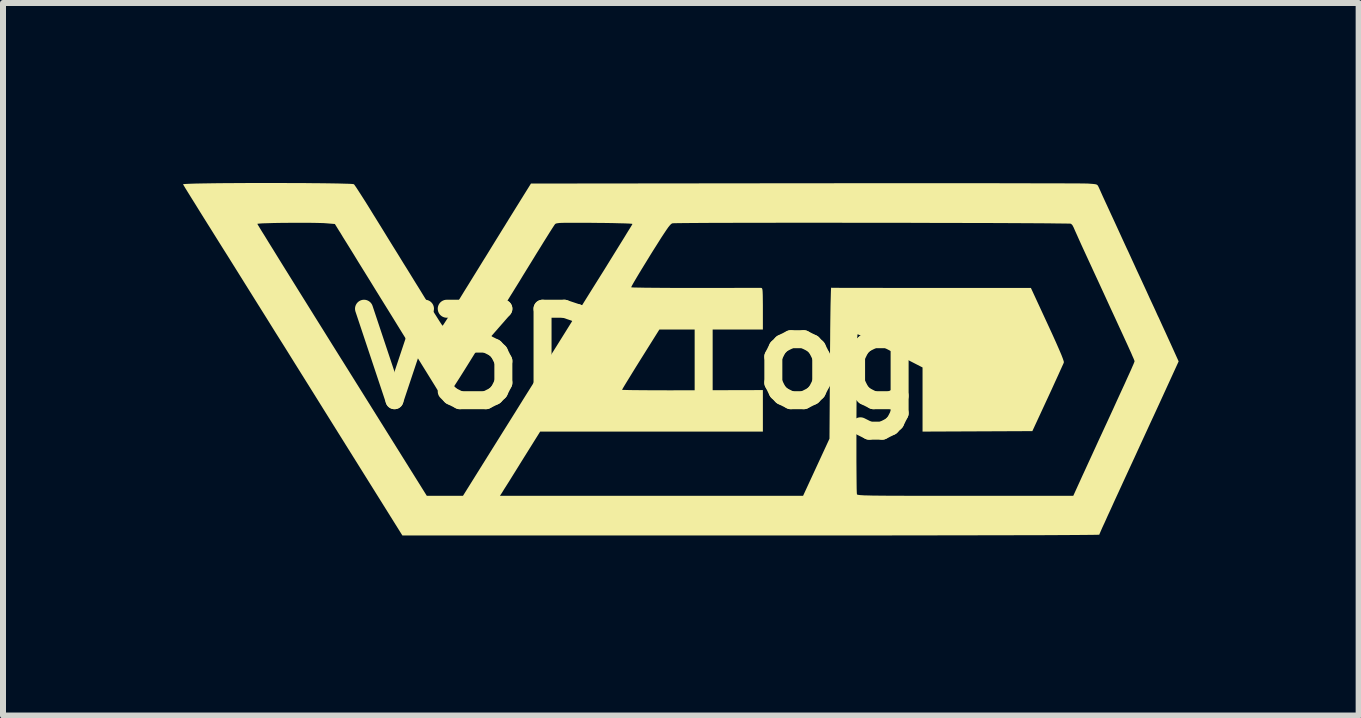
<source format=kicad_pcb>
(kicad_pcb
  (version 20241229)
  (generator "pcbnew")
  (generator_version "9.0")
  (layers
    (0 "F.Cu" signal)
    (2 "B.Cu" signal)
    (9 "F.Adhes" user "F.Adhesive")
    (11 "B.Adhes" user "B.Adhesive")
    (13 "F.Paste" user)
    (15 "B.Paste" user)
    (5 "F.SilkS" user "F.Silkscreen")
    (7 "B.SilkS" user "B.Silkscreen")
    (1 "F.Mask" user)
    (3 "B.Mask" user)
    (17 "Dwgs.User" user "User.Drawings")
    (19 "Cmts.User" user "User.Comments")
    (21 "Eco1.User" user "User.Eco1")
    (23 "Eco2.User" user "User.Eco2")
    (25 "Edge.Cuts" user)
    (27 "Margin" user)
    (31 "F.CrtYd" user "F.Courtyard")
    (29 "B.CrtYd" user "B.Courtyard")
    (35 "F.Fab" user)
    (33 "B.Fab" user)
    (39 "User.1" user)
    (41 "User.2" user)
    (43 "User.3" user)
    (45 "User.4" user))
  (footprint "V3D Logo"
    (layer "F.Cu")
    (at 8.278 2.93)
    (property "Reference" "V3D Logo" (at 0 0 0) (layer "F.SilkS") (effects (font (size 1.524 1.524) (thickness 0.3))))
    (attr board_only exclude_from_pos_files exclude_from_bom)
    (fp_poly (pts (xy -6.62 -2.93) (xy -6.442 -2.929) (xy -6.269 -2.929) (xy -6.105 -2.927) (xy -5.953 -2.926) (xy -5.815 -2.924) (xy -5.694 -2.922) (xy -5.592 -2.919) (xy -5.513 -2.917) (xy -5.458 -2.914) (xy -5.431 -2.91) (xy -5.429 -2.909) (xy -5.416 -2.892) (xy -5.387 -2.85) (xy -5.347 -2.788) (xy -5.296 -2.709) (xy -5.236 -2.615) (xy -5.17 -2.509) (xy -5.1 -2.395) (xy -5.094 -2.386) (xy -5.016 -2.26) (xy -4.938 -2.134) (xy -4.862 -2.01) (xy -4.791 -1.895) (xy -4.728 -1.794) (xy -4.676 -1.71) (xy -4.646 -1.661) (xy -4.603 -1.591) (xy -4.546 -1.5) (xy -4.48 -1.393) (xy -4.408 -1.276) (xy -4.332 -1.154) (xy -4.258 -1.033) (xy -4.235 -0.996) (xy -4.169 -0.89) (xy -4.109 -0.793) (xy -4.055 -0.708) (xy -4.011 -0.638) (xy -3.978 -0.587) (xy -3.958 -0.558) (xy -3.953 -0.551) (xy -3.942 -0.564) (xy -3.918 -0.6) (xy -3.883 -0.654) (xy -3.839 -0.724) (xy -3.789 -0.804) (xy -3.777 -0.823) (xy -3.729 -0.901) (xy -3.668 -1) (xy -3.597 -1.116) (xy -3.518 -1.243) (xy -3.436 -1.376) (xy -3.353 -1.51) (xy -3.284 -1.622) (xy -3.208 -1.744) (xy -3.135 -1.863) (xy -3.066 -1.975) (xy -3.004 -2.075) (xy -2.951 -2.161) (xy -2.909 -2.228) (xy -2.882 -2.273) (xy -2.88 -2.275) (xy -2.846 -2.331) (xy -2.8 -2.405) (xy -2.746 -2.492) (xy -2.688 -2.585) (xy -2.641 -2.661) (xy -2.479 -2.921) (xy 2.095 -2.926) (xy 2.474 -2.926) (xy 2.846 -2.927) (xy 3.209 -2.927) (xy 3.563 -2.927) (xy 3.905 -2.927) (xy 4.235 -2.927) (xy 4.551 -2.927) (xy 4.852 -2.927) (xy 5.136 -2.927) (xy 5.403 -2.926) (xy 5.651 -2.926) (xy 5.879 -2.925) (xy 6.085 -2.925) (xy 6.268 -2.925) (xy 6.427 -2.924) (xy 6.561 -2.923) (xy 6.668 -2.923) (xy 6.748 -2.922) (xy 6.798 -2.921) (xy 6.815 -2.92) (xy 6.883 -2.915) (xy 6.927 -2.91) (xy 6.953 -2.902) (xy 6.968 -2.888) (xy 6.979 -2.867) (xy 6.982 -2.861) (xy 6.994 -2.835) (xy 7.017 -2.784) (xy 7.049 -2.712) (xy 7.09 -2.623) (xy 7.138 -2.519) (xy 7.19 -2.406) (xy 7.236 -2.307) (xy 7.292 -2.185) (xy 7.346 -2.067) (xy 7.396 -1.958) (xy 7.44 -1.862) (xy 7.477 -1.784) (xy 7.503 -1.727) (xy 7.515 -1.701) (xy 7.54 -1.646) (xy 7.576 -1.568) (xy 7.62 -1.471) (xy 7.671 -1.362) (xy 7.725 -1.245) (xy 7.78 -1.126) (xy 7.833 -1.009) (xy 7.884 -0.9) (xy 7.928 -0.805) (xy 7.963 -0.727) (xy 7.987 -0.678) (xy 8.013 -0.62) (xy 8.049 -0.541) (xy 8.092 -0.448) (xy 8.137 -0.349) (xy 8.182 -0.251) (xy 8.315 0.043) (xy 8.049 0.624) (xy 7.99 0.753) (xy 7.92 0.905) (xy 7.841 1.075) (xy 7.757 1.258) (xy 7.669 1.449) (xy 7.581 1.641) (xy 7.493 1.831) (xy 7.41 2.011) (xy 7.387 2.061) (xy 7.316 2.216) (xy 7.249 2.361) (xy 7.188 2.496) (xy 7.132 2.617) (xy 7.085 2.722) (xy 7.045 2.808) (xy 7.016 2.874) (xy 6.998 2.916) (xy 6.992 2.932) (xy 6.976 2.932) (xy 6.93 2.933) (xy 6.855 2.934) (xy 6.751 2.935) (xy 6.621 2.936) (xy 6.464 2.937) (xy 6.283 2.938) (xy 6.078 2.939) (xy 5.85 2.939) (xy 5.6 2.94) (xy 5.33 2.941) (xy 5.04 2.941) (xy 4.732 2.942) (xy 4.407 2.942) (xy 4.066 2.943) (xy 3.71 2.943) (xy 3.34 2.944) (xy 2.957 2.944) (xy 2.562 2.944) (xy 2.157 2.944) (xy 1.742 2.944) (xy 1.318 2.944) (xy 1.185 2.944) (xy -4.622 2.944) (xy -5.79 1.075) (xy -5.943 0.83) (xy -6.1 0.578) (xy -6.26 0.322) (xy -6.422 0.063) (xy -6.582 -0.194) (xy -6.741 -0.446) (xy -6.894 -0.692) (xy -7.042 -0.928) (xy -7.182 -1.152) (xy -7.312 -1.36) (xy -7.43 -1.549) (xy -7.535 -1.717) (xy -7.614 -1.842) (xy -7.718 -2.008) (xy -7.816 -2.165) (xy -7.869 -2.249) (xy -7.039 -2.249) (xy -7.031 -2.234) (xy -7.007 -2.194) (xy -6.968 -2.13) (xy -6.914 -2.044) (xy -6.848 -1.936) (xy -6.769 -1.809) (xy -6.679 -1.663) (xy -6.578 -1.5) (xy -6.467 -1.322) (xy -6.347 -1.129) (xy -6.219 -0.924) (xy -6.084 -0.707) (xy -5.942 -0.48) (xy -5.795 -0.244) (xy -5.643 -0.001) (xy -5.627 0.024) (xy -4.215 2.283) (xy -3.612 2.283) (xy -2.996 2.283) (xy 2.056 2.283) (xy 2.276 1.807) (xy 2.496 1.331) (xy 2.504 0.071) (xy 2.505 -0.125) (xy 2.507 -0.312) (xy 2.508 -0.486) (xy 2.51 -0.647) (xy 2.512 -0.791) (xy 2.514 -0.917) (xy 2.517 -1.021) (xy 2.519 -1.101) (xy 2.521 -1.156) (xy 2.523 -1.183) (xy 2.523 -1.185) (xy 2.541 -1.184) (xy 2.587 -1.184) (xy 2.661 -1.183) (xy 2.76 -1.183) (xy 2.882 -1.183) (xy 3.026 -1.182) (xy 3.188 -1.182) (xy 3.367 -1.182) (xy 3.562 -1.181) (xy 3.769 -1.181) (xy 3.987 -1.181) (xy 4.194 -1.181) (xy 5.853 -1.181) (xy 6.133 -0.576) (xy 6.21 -0.409) (xy 6.273 -0.269) (xy 6.323 -0.155) (xy 6.361 -0.066) (xy 6.386 -0.001) (xy 6.4 0.041) (xy 6.402 0.06) (xy 6.394 0.081) (xy 6.373 0.127) (xy 6.342 0.195) (xy 6.303 0.282) (xy 6.256 0.384) (xy 6.204 0.499) (xy 6.147 0.622) (xy 6.135 0.648) (xy 5.877 1.205) (xy 4.962 1.209) (xy 4.047 1.213) (xy 4.047 0.144) (xy 3.72 -0.024) (xy 3.611 -0.081) (xy 3.497 -0.14) (xy 3.385 -0.198) (xy 3.284 -0.251) (xy 3.201 -0.294) (xy 3.187 -0.301) (xy 3.113 -0.339) (xy 3.048 -0.372) (xy 2.999 -0.395) (xy 2.969 -0.408) (xy 2.964 -0.409) (xy 2.962 -0.394) (xy 2.959 -0.35) (xy 2.957 -0.28) (xy 2.955 -0.187) (xy 2.953 -0.074) (xy 2.952 0.057) (xy 2.95 0.202) (xy 2.949 0.36) (xy 2.948 0.527) (xy 2.947 0.7) (xy 2.946 0.876) (xy 2.945 1.053) (xy 2.945 1.229) (xy 2.945 1.399) (xy 2.945 1.562) (xy 2.945 1.714) (xy 2.946 1.854) (xy 2.947 1.977) (xy 2.948 2.081) (xy 2.949 2.164) (xy 2.951 2.223) (xy 2.953 2.254) (xy 2.954 2.258) (xy 2.957 2.262) (xy 2.966 2.265) (xy 2.98 2.268) (xy 3.003 2.271) (xy 3.035 2.273) (xy 3.079 2.276) (xy 3.137 2.277) (xy 3.209 2.279) (xy 3.297 2.28) (xy 3.404 2.281) (xy 3.531 2.282) (xy 3.68 2.282) (xy 3.852 2.283) (xy 4.048 2.283) (xy 4.272 2.283) (xy 4.524 2.283) (xy 4.761 2.283) (xy 6.559 2.283) (xy 6.672 2.035) (xy 6.705 1.962) (xy 6.75 1.865) (xy 6.802 1.751) (xy 6.861 1.623) (xy 6.923 1.488) (xy 6.986 1.35) (xy 7.039 1.236) (xy 7.138 1.022) (xy 7.224 0.835) (xy 7.298 0.672) (xy 7.362 0.533) (xy 7.416 0.416) (xy 7.46 0.318) (xy 7.496 0.239) (xy 7.525 0.175) (xy 7.546 0.126) (xy 7.562 0.09) (xy 7.572 0.065) (xy 7.578 0.049) (xy 7.58 0.041) (xy 7.58 0.04) (xy 7.579 0.034) (xy 7.575 0.024) (xy 7.569 0.008) (xy 7.559 -0.016) (xy 7.544 -0.049) (xy 7.525 -0.094) (xy 7.499 -0.151) (xy 7.467 -0.222) (xy 7.427 -0.309) (xy 7.379 -0.414) (xy 7.322 -0.537) (xy 7.256 -0.681) (xy 7.179 -0.847) (xy 7.092 -1.037) (xy 6.993 -1.252) (xy 6.881 -1.494) (xy 6.873 -1.512) (xy 6.811 -1.646) (xy 6.753 -1.772) (xy 6.7 -1.887) (xy 6.654 -1.989) (xy 6.616 -2.074) (xy 6.587 -2.138) (xy 6.569 -2.18) (xy 6.563 -2.193) (xy 6.543 -2.23) (xy 6.52 -2.251) (xy 6.502 -2.253) (xy 6.454 -2.254) (xy 6.379 -2.255) (xy 6.277 -2.256) (xy 6.151 -2.258) (xy 6.002 -2.259) (xy 5.832 -2.26) (xy 5.644 -2.261) (xy 5.438 -2.262) (xy 5.217 -2.263) (xy 4.982 -2.263) (xy 4.735 -2.264) (xy 4.478 -2.265) (xy 4.213 -2.265) (xy 3.941 -2.266) (xy 3.665 -2.267) (xy 3.386 -2.267) (xy 3.105 -2.267) (xy 2.825 -2.267) (xy 2.547 -2.268) (xy 2.274 -2.268) (xy 2.007 -2.268) (xy 1.747 -2.268) (xy 1.497 -2.267) (xy 1.258 -2.267) (xy 1.032 -2.267) (xy 0.821 -2.266) (xy 0.627 -2.266) (xy 0.451 -2.265) (xy 0.296 -2.264) (xy 0.162 -2.263) (xy 0.052 -2.262) (xy -0.032 -2.261) (xy -0.089 -2.26) (xy -0.116 -2.259) (xy -0.118 -2.259) (xy -0.132 -2.254) (xy -0.147 -2.243) (xy -0.165 -2.224) (xy -0.189 -2.195) (xy -0.219 -2.152) (xy -0.258 -2.094) (xy -0.308 -2.018) (xy -0.369 -1.921) (xy -0.445 -1.801) (xy -0.491 -1.727) (xy -0.562 -1.611) (xy -0.628 -1.504) (xy -0.686 -1.408) (xy -0.735 -1.326) (xy -0.773 -1.261) (xy -0.798 -1.216) (xy -0.808 -1.194) (xy -0.808 -1.192) (xy -0.792 -1.19) (xy -0.746 -1.188) (xy -0.674 -1.187) (xy -0.579 -1.185) (xy -0.462 -1.184) (xy -0.327 -1.183) (xy -0.175 -1.182) (xy -0.011 -1.181) (xy 0.165 -1.181) (xy 0.265 -1.181) (xy 0.446 -1.181) (xy 0.618 -1.181) (xy 0.779 -1.181) (xy 0.925 -1.182) (xy 1.054 -1.182) (xy 1.165 -1.182) (xy 1.252 -1.182) (xy 1.316 -1.182) (xy 1.351 -1.182) (xy 1.358 -1.182) (xy 1.367 -1.179) (xy 1.374 -1.17) (xy 1.379 -1.151) (xy 1.382 -1.117) (xy 1.384 -1.065) (xy 1.385 -0.99) (xy 1.386 -0.89) (xy 1.386 -0.835) (xy 1.386 -0.488) (xy -0.339 -0.488) (xy -0.65 0.008) (xy -0.72 0.12) (xy -0.785 0.225) (xy -0.842 0.318) (xy -0.89 0.396) (xy -0.927 0.457) (xy -0.951 0.498) (xy -0.961 0.515) (xy -0.961 0.516) (xy -0.945 0.518) (xy -0.901 0.519) (xy -0.83 0.521) (xy -0.735 0.522) (xy -0.618 0.523) (xy -0.482 0.524) (xy -0.329 0.524) (xy -0.161 0.525) (xy 0.018 0.524) (xy 0.207 0.524) (xy 0.213 0.524) (xy 1.386 0.521) (xy 1.386 1.213) (xy -2.326 1.213) (xy -2.638 1.712) (xy -2.709 1.827) (xy -2.776 1.934) (xy -2.836 2.031) (xy -2.888 2.113) (xy -2.93 2.179) (xy -2.958 2.225) (xy -2.972 2.247) (xy -2.973 2.248) (xy -2.996 2.283) (xy -3.612 2.283) (xy -3.123 1.5) (xy -3.044 1.374) (xy -2.951 1.225) (xy -2.845 1.056) (xy -2.728 0.869) (xy -2.603 0.668) (xy -2.47 0.456) (xy -2.333 0.237) (xy -2.193 0.012) (xy -2.051 -0.214) (xy -1.911 -0.438) (xy -1.774 -0.658) (xy -1.71 -0.759) (xy -1.588 -0.956) (xy -1.47 -1.145) (xy -1.358 -1.324) (xy -1.252 -1.493) (xy -1.155 -1.65) (xy -1.067 -1.792) (xy -0.989 -1.918) (xy -0.922 -2.026) (xy -0.868 -2.115) (xy -0.826 -2.182) (xy -0.799 -2.227) (xy -0.788 -2.247) (xy -0.787 -2.248) (xy -0.803 -2.251) (xy -0.846 -2.254) (xy -0.914 -2.257) (xy -1.004 -2.259) (xy -1.112 -2.262) (xy -1.235 -2.264) (xy -1.369 -2.265) (xy -1.421 -2.266) (xy -1.58 -2.267) (xy -1.71 -2.267) (xy -1.814 -2.267) (xy -1.895 -2.267) (xy -1.957 -2.266) (xy -2.003 -2.264) (xy -2.035 -2.26) (xy -2.056 -2.256) (xy -2.069 -2.251) (xy -2.078 -2.244) (xy -2.08 -2.241) (xy -2.094 -2.221) (xy -2.122 -2.178) (xy -2.163 -2.114) (xy -2.213 -2.034) (xy -2.272 -1.94) (xy -2.336 -1.836) (xy -2.386 -1.756) (xy -2.46 -1.635) (xy -2.536 -1.512) (xy -2.61 -1.392) (xy -2.678 -1.28) (xy -2.739 -1.182) (xy -2.787 -1.104) (xy -2.803 -1.079) (xy -2.837 -1.024) (xy -2.886 -0.945) (xy -2.947 -0.846) (xy -3.018 -0.731) (xy -3.098 -0.601) (xy -3.184 -0.462) (xy -3.275 -0.316) (xy -3.368 -0.166) (xy -3.425 -0.074) (xy -3.513 0.068) (xy -3.596 0.201) (xy -3.673 0.323) (xy -3.743 0.432) (xy -3.803 0.526) (xy -3.853 0.601) (xy -3.89 0.657) (xy -3.914 0.689) (xy -3.922 0.698) (xy -3.933 0.682) (xy -3.959 0.642) (xy -3.997 0.582) (xy -4.045 0.506) (xy -4.101 0.415) (xy -4.163 0.315) (xy -4.197 0.26) (xy -4.337 0.034) (xy -4.461 -0.167) (xy -4.573 -0.348) (xy -4.674 -0.511) (xy -4.765 -0.659) (xy -4.849 -0.795) (xy -4.928 -0.922) (xy -5.003 -1.043) (xy -5.076 -1.161) (xy -5.149 -1.28) (xy -5.224 -1.401) (xy -5.283 -1.496) (xy -5.358 -1.617) (xy -5.43 -1.735) (xy -5.498 -1.845) (xy -5.559 -1.943) (xy -5.611 -2.026) (xy -5.65 -2.091) (xy -5.676 -2.132) (xy -5.678 -2.135) (xy -5.747 -2.247) (xy -5.882 -2.258) (xy -5.937 -2.262) (xy -6.013 -2.264) (xy -6.106 -2.266) (xy -6.211 -2.267) (xy -6.325 -2.267) (xy -6.443 -2.267) (xy -6.561 -2.266) (xy -6.674 -2.265) (xy -6.78 -2.263) (xy -6.873 -2.26) (xy -6.949 -2.258) (xy -7.004 -2.254) (xy -7.034 -2.251) (xy -7.039 -2.249) (xy -7.869 -2.249) (xy -7.909 -2.313) (xy -7.994 -2.449) (xy -8.07 -2.572) (xy -8.137 -2.679) (xy -8.192 -2.768) (xy -8.235 -2.837) (xy -8.263 -2.884) (xy -8.277 -2.907) (xy -8.278 -2.909) (xy -8.264 -2.912) (xy -8.222 -2.915) (xy -8.153 -2.918) (xy -8.061 -2.921) (xy -7.948 -2.923) (xy -7.817 -2.925) (xy -7.671 -2.927) (xy -7.512 -2.928) (xy -7.342 -2.929) (xy -7.166 -2.93) (xy -6.985 -2.93) (xy -6.802 -2.93)) (stroke (width 0) (type solid)) (fill yes) (layer "F.SilkS")))
  (gr_rect
    (start -3 -3)
    (end 19.593 8.875)
    (stroke (width 0.1) (type default))
    (fill no)
    (layer "Edge.Cuts")))
</source>
